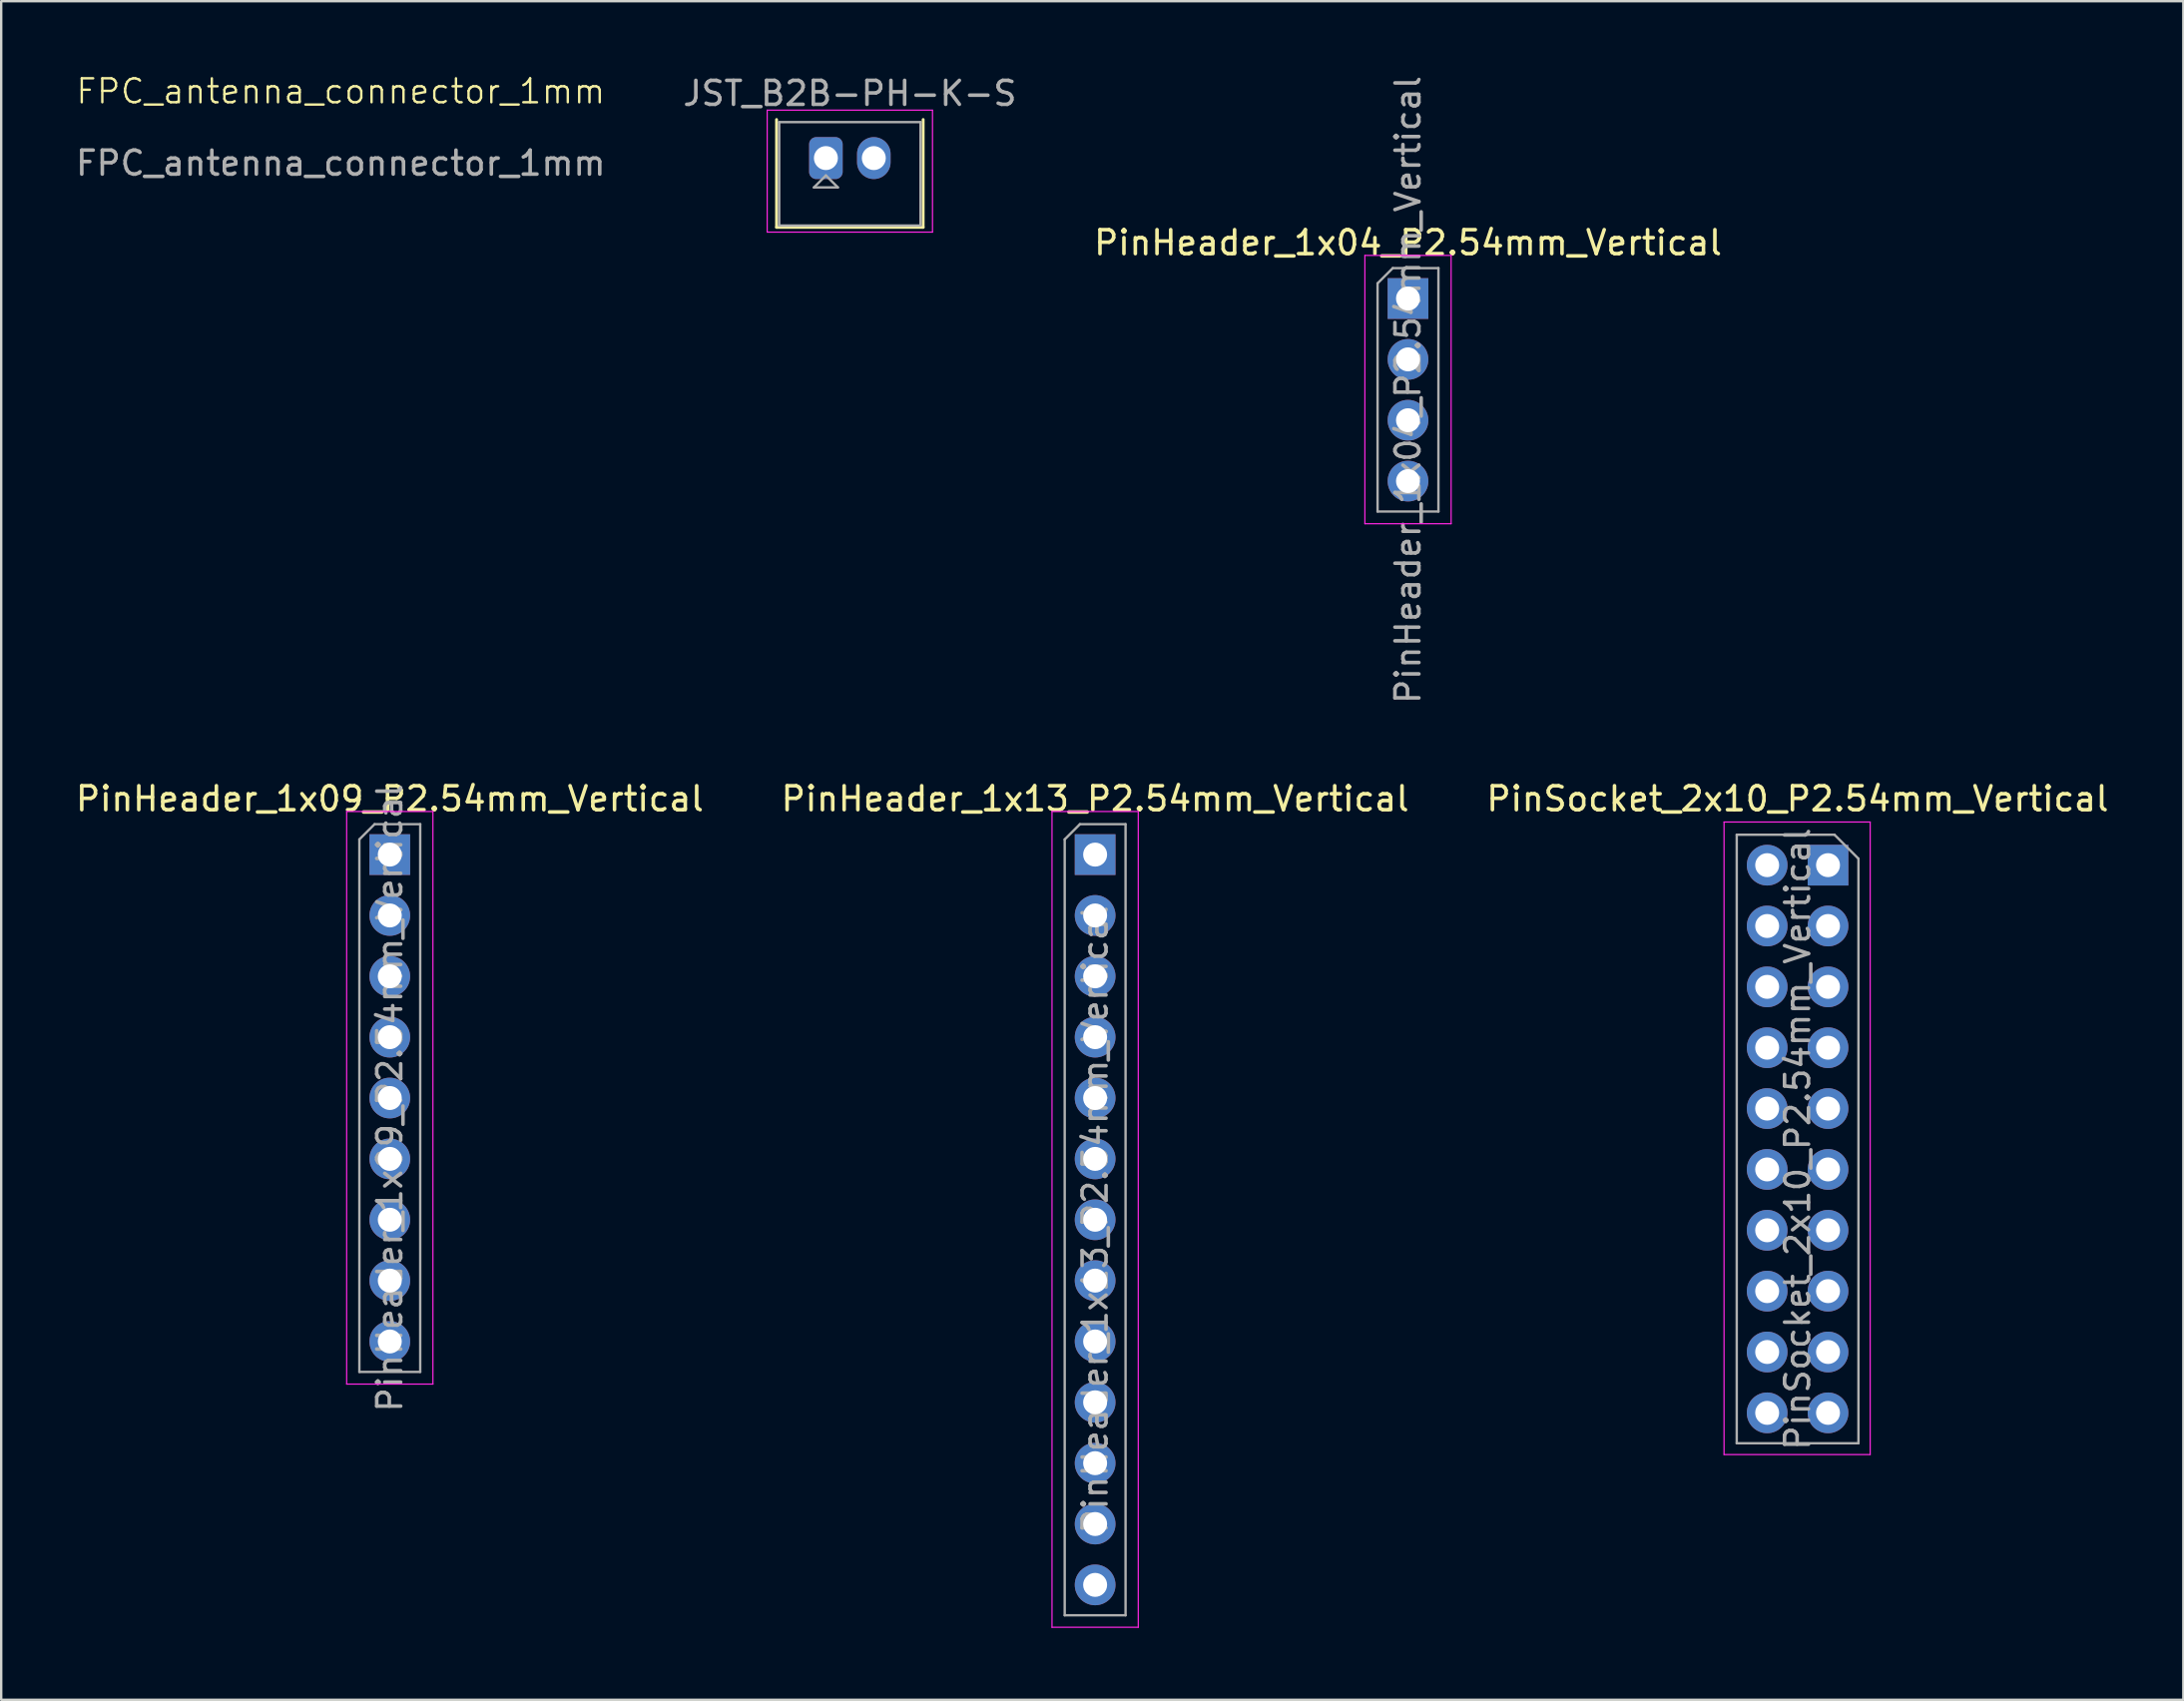
<source format=kicad_pcb>
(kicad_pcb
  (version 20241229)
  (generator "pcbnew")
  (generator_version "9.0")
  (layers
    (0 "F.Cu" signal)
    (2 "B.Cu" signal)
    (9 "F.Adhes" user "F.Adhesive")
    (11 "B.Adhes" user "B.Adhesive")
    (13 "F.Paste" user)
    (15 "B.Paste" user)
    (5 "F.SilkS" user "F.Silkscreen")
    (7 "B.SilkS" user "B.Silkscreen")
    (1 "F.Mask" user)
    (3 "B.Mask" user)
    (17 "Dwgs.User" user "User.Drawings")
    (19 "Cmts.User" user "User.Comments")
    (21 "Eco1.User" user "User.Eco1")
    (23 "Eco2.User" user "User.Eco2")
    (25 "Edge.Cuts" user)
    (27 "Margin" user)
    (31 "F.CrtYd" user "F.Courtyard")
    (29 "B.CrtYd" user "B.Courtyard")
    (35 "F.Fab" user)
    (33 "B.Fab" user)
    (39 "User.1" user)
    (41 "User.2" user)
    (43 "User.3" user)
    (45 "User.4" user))
  (footprint "PinHeader_1x04_P2.54mm_Vertical"
    (layer "F.Cu")
    (at 55.72 9.41)
    (property "Reference" "PinHeader_1x04_P2.54mm_Vertical" (at 0 -2.33 0) (layer "F.SilkS") (effects (font (size 1 1) (thickness 0.15))))
    (attr through_hole)
    (fp_line (start -1.8 -1.8) (end -1.8 9.4) (stroke (width 0.05) (type solid)) (layer "F.CrtYd"))
    (fp_line (start -1.8 9.4) (end 1.8 9.4) (stroke (width 0.05) (type solid)) (layer "F.CrtYd"))
    (fp_line (start 1.8 -1.8) (end -1.8 -1.8) (stroke (width 0.05) (type solid)) (layer "F.CrtYd"))
    (fp_line (start 1.8 9.4) (end 1.8 -1.8) (stroke (width 0.05) (type solid)) (layer "F.CrtYd"))
    (fp_line (start -1.27 -0.635) (end -0.635 -1.27) (stroke (width 0.1) (type solid)) (layer "F.Fab"))
    (fp_line (start -1.27 8.89) (end -1.27 -0.635) (stroke (width 0.1) (type solid)) (layer "F.Fab"))
    (fp_line (start -0.635 -1.27) (end 1.27 -1.27) (stroke (width 0.1) (type solid)) (layer "F.Fab"))
    (fp_line (start 1.27 -1.27) (end 1.27 8.89) (stroke (width 0.1) (type solid)) (layer "F.Fab"))
    (fp_line (start 1.27 8.89) (end -1.27 8.89) (stroke (width 0.1) (type solid)) (layer "F.Fab"))
    (fp_text user "${REFERENCE}" (at 0 3.81 90) (layer "F.Fab") (effects (font (size 1 1) (thickness 0.15))))
    (pad "1" thru_hole rect (at 0 0) (size 1.7 1.7) (drill 1) (layers "*.Cu" "*.Mask"))
    (pad "2" thru_hole oval (at 0 2.54) (size 1.7 1.7) (drill 1) (layers "*.Cu" "*.Mask"))
    (pad "3" thru_hole oval (at 0 5.08) (size 1.7 1.7) (drill 1) (layers "*.Cu" "*.Mask"))
    (pad "4" thru_hole oval (at 0 7.62) (size 1.7 1.7) (drill 1) (layers "*.Cu" "*.Mask")))
  (footprint "PinHeader_1x13_P2.54mm_Vertical"
    (layer "F.Cu")
    (at 42.661 32.619)
    (property "Reference" "PinHeader_1x13_P2.54mm_Vertical" (at 0 -2.33 0) (layer "F.SilkS") (effects (font (size 1 1) (thickness 0.15))))
    (attr through_hole)
    (fp_line (start -1.8 -1.8) (end -1.8 32.25) (stroke (width 0.05) (type solid)) (layer "F.CrtYd"))
    (fp_line (start -1.8 32.25) (end 1.8 32.25) (stroke (width 0.05) (type solid)) (layer "F.CrtYd"))
    (fp_line (start 1.8 -1.8) (end -1.8 -1.8) (stroke (width 0.05) (type solid)) (layer "F.CrtYd"))
    (fp_line (start 1.8 32.25) (end 1.8 -1.8) (stroke (width 0.05) (type solid)) (layer "F.CrtYd"))
    (fp_line (start -1.27 -0.635) (end -0.635 -1.27) (stroke (width 0.1) (type solid)) (layer "F.Fab"))
    (fp_line (start -1.27 31.75) (end -1.27 -0.635) (stroke (width 0.1) (type solid)) (layer "F.Fab"))
    (fp_line (start -0.635 -1.27) (end 1.27 -1.27) (stroke (width 0.1) (type solid)) (layer "F.Fab"))
    (fp_line (start 1.27 -1.27) (end 1.27 31.75) (stroke (width 0.1) (type solid)) (layer "F.Fab"))
    (fp_line (start 1.27 31.75) (end -1.27 31.75) (stroke (width 0.1) (type solid)) (layer "F.Fab"))
    (fp_text user "${REFERENCE}" (at 0 15.24 90) (layer "F.Fab") (effects (font (size 1 1) (thickness 0.15))))
    (pad "1" thru_hole rect (at 0 0) (size 1.7 1.7) (drill 1) (layers "*.Cu" "*.Mask"))
    (pad "2" thru_hole oval (at 0 2.54) (size 1.7 1.7) (drill 1) (layers "*.Cu" "*.Mask"))
    (pad "3" thru_hole oval (at 0 5.08) (size 1.7 1.7) (drill 1) (layers "*.Cu" "*.Mask"))
    (pad "4" thru_hole oval (at 0 7.62) (size 1.7 1.7) (drill 1) (layers "*.Cu" "*.Mask"))
    (pad "5" thru_hole oval (at 0 10.16) (size 1.7 1.7) (drill 1) (layers "*.Cu" "*.Mask"))
    (pad "6" thru_hole oval (at 0 12.7) (size 1.7 1.7) (drill 1) (layers "*.Cu" "*.Mask"))
    (pad "7" thru_hole oval (at 0 15.24) (size 1.7 1.7) (drill 1) (layers "*.Cu" "*.Mask"))
    (pad "8" thru_hole oval (at 0 17.78) (size 1.7 1.7) (drill 1) (layers "*.Cu" "*.Mask"))
    (pad "9" thru_hole oval (at 0 20.32) (size 1.7 1.7) (drill 1) (layers "*.Cu" "*.Mask"))
    (pad "10" thru_hole oval (at 0 22.86) (size 1.7 1.7) (drill 1) (layers "*.Cu" "*.Mask"))
    (pad "11" thru_hole oval (at 0 25.4) (size 1.7 1.7) (drill 1) (layers "*.Cu" "*.Mask"))
    (pad "12" thru_hole oval (at 0 27.94) (size 1.7 1.7) (drill 1) (layers "*.Cu" "*.Mask"))
    (pad "13" thru_hole oval (at 0 30.48) (size 1.7 1.7) (drill 1) (layers "*.Cu" "*.Mask")))
  (footprint "FPC_antenna_connector_1mm"
    (layer "F.Cu")
    (at 11.173 1.26)
    (property "Reference" "FPC_antenna_connector_1mm" (at 0 -0.5 0) (unlocked yes) (layer "F.SilkS") (effects (font (size 1 1) (thickness 0.1))))
    (attr smd)
    (fp_text user "${REFERENCE}" (at 0 2.5 0) (unlocked yes) (layer "F.Fab") (effects (font (size 1 1) (thickness 0.15)))))
  (footprint "JST_B2B-PH-K-S"
    (layer "F.Cu")
    (at 31.423 3.398)
    (property "Reference" "JST_B2B-PH-K-S" (at 1 -2.55 0) (layer "F.Fab") (effects (font (size 1 1) (thickness 0.15))))
    (attr through_hole)
    (fp_line (start -2.06 -1.46) (end -2.06 3.04) (stroke (width 0.12) (type solid)) (layer "F.SilkS"))
    (fp_line (start -2.06 3.04) (end 4.06 3.04) (stroke (width 0.12) (type solid)) (layer "F.SilkS"))
    (fp_line (start 4.06 3.04) (end 4.06 -1.46) (stroke (width 0.12) (type solid)) (layer "F.SilkS"))
    (fp_line (start -2.45 -1.85) (end -2.45 3.24) (stroke (width 0.05) (type solid)) (layer "F.CrtYd"))
    (fp_line (start -2.45 3.24) (end 4.45 3.24) (stroke (width 0.05) (type solid)) (layer "F.CrtYd"))
    (fp_line (start 4.45 -1.85) (end -2.45 -1.85) (stroke (width 0.05) (type solid)) (layer "F.CrtYd"))
    (fp_line (start 4.45 3.24) (end 4.45 -1.85) (stroke (width 0.05) (type solid)) (layer "F.CrtYd"))
    (fp_line (start -1.95 -1.35) (end -1.95 2.965) (stroke (width 0.1) (type solid)) (layer "F.Fab"))
    (fp_line (start -1.95 2.965) (end 3.95 2.965) (stroke (width 0.1) (type solid)) (layer "F.Fab"))
    (fp_line (start -0.5 1.375) (end 0.5 1.375) (stroke (width 0.1) (type solid)) (layer "F.Fab"))
    (fp_line (start 0 0.875) (end -0.5 1.375) (stroke (width 0.1) (type solid)) (layer "F.Fab"))
    (fp_line (start 0.5 1.375) (end 0 0.875) (stroke (width 0.1) (type solid)) (layer "F.Fab"))
    (fp_line (start 3.95 -1.35) (end -1.95 -1.35) (stroke (width 0.1) (type solid)) (layer "F.Fab"))
    (fp_line (start 3.95 2.965) (end 3.95 -1.35) (stroke (width 0.1) (type solid)) (layer "F.Fab"))
    (pad "1" thru_hole roundrect (at 0 0.15) (size 1.4 1.75) (drill 1) (layers "*.Cu" "*.Mask") (roundrect_rratio 0.208))
    (pad "2" thru_hole oval (at 2 0.15) (size 1.4 1.75) (drill 1) (layers "*.Cu" "*.Mask")))
  (footprint "PinHeader_1x09_P2.54mm_Vertical"
    (layer "F.Cu")
    (at 13.22 32.619)
    (property "Reference" "PinHeader_1x09_P2.54mm_Vertical" (at 0 -2.33 0) (layer "F.SilkS") (effects (font (size 1 1) (thickness 0.15))))
    (attr through_hole)
    (fp_line (start -1.8 -1.8) (end -1.8 22.1) (stroke (width 0.05) (type solid)) (layer "F.CrtYd"))
    (fp_line (start -1.8 22.1) (end 1.8 22.1) (stroke (width 0.05) (type solid)) (layer "F.CrtYd"))
    (fp_line (start 1.8 -1.8) (end -1.8 -1.8) (stroke (width 0.05) (type solid)) (layer "F.CrtYd"))
    (fp_line (start 1.8 22.1) (end 1.8 -1.8) (stroke (width 0.05) (type solid)) (layer "F.CrtYd"))
    (fp_line (start -1.27 -0.635) (end -0.635 -1.27) (stroke (width 0.1) (type solid)) (layer "F.Fab"))
    (fp_line (start -1.27 21.59) (end -1.27 -0.635) (stroke (width 0.1) (type solid)) (layer "F.Fab"))
    (fp_line (start -0.635 -1.27) (end 1.27 -1.27) (stroke (width 0.1) (type solid)) (layer "F.Fab"))
    (fp_line (start 1.27 -1.27) (end 1.27 21.59) (stroke (width 0.1) (type solid)) (layer "F.Fab"))
    (fp_line (start 1.27 21.59) (end -1.27 21.59) (stroke (width 0.1) (type solid)) (layer "F.Fab"))
    (fp_text user "${REFERENCE}" (at 0 10.16 90) (layer "F.Fab") (effects (font (size 1 1) (thickness 0.15))))
    (pad "1" thru_hole rect (at 0 0) (size 1.7 1.7) (drill 1) (layers "*.Cu" "*.Mask"))
    (pad "2" thru_hole oval (at 0 2.54) (size 1.7 1.7) (drill 1) (layers "*.Cu" "*.Mask"))
    (pad "3" thru_hole oval (at 0 5.08) (size 1.7 1.7) (drill 1) (layers "*.Cu" "*.Mask"))
    (pad "4" thru_hole oval (at 0 7.62) (size 1.7 1.7) (drill 1) (layers "*.Cu" "*.Mask"))
    (pad "5" thru_hole oval (at 0 10.16) (size 1.7 1.7) (drill 1) (layers "*.Cu" "*.Mask"))
    (pad "6" thru_hole oval (at 0 12.7) (size 1.7 1.7) (drill 1) (layers "*.Cu" "*.Mask"))
    (pad "7" thru_hole oval (at 0 15.24) (size 1.7 1.7) (drill 1) (layers "*.Cu" "*.Mask"))
    (pad "8" thru_hole oval (at 0 17.78) (size 1.7 1.7) (drill 1) (layers "*.Cu" "*.Mask"))
    (pad "9" thru_hole oval (at 0 20.32) (size 1.7 1.7) (drill 1) (layers "*.Cu" "*.Mask")))
  (footprint "PinSocket_2x10_P2.54mm_Vertical"
    (layer "F.Cu")
    (at 73.252 33.059)
    (property "Reference" "PinSocket_2x10_P2.54mm_Vertical" (at -1.27 -2.77 0) (layer "F.SilkS") (effects (font (size 1 1) (thickness 0.15))))
    (attr through_hole)
    (fp_line (start -4.34 -1.8) (end 1.76 -1.8) (stroke (width 0.05) (type solid)) (layer "F.CrtYd"))
    (fp_line (start -4.34 24.6) (end -4.34 -1.8) (stroke (width 0.05) (type solid)) (layer "F.CrtYd"))
    (fp_line (start 1.76 -1.8) (end 1.76 24.6) (stroke (width 0.05) (type solid)) (layer "F.CrtYd"))
    (fp_line (start 1.76 24.6) (end -4.34 24.6) (stroke (width 0.05) (type solid)) (layer "F.CrtYd"))
    (fp_line (start -3.81 -1.27) (end 0.27 -1.27) (stroke (width 0.1) (type solid)) (layer "F.Fab"))
    (fp_line (start -3.81 24.13) (end -3.81 -1.27) (stroke (width 0.1) (type solid)) (layer "F.Fab"))
    (fp_line (start 0.27 -1.27) (end 1.27 -0.27) (stroke (width 0.1) (type solid)) (layer "F.Fab"))
    (fp_line (start 1.27 -0.27) (end 1.27 24.13) (stroke (width 0.1) (type solid)) (layer "F.Fab"))
    (fp_line (start 1.27 24.13) (end -3.81 24.13) (stroke (width 0.1) (type solid)) (layer "F.Fab"))
    (fp_text user "${REFERENCE}" (at -1.27 11.43 90) (layer "F.Fab") (effects (font (size 1 1) (thickness 0.15))))
    (pad "1" thru_hole rect (at 0 0) (size 1.7 1.7) (drill 1) (layers "*.Cu" "*.Mask"))
    (pad "2" thru_hole oval (at -2.54 0) (size 1.7 1.7) (drill 1) (layers "*.Cu" "*.Mask"))
    (pad "3" thru_hole oval (at 0 2.54) (size 1.7 1.7) (drill 1) (layers "*.Cu" "*.Mask"))
    (pad "4" thru_hole oval (at -2.54 2.54) (size 1.7 1.7) (drill 1) (layers "*.Cu" "*.Mask"))
    (pad "5" thru_hole oval (at 0 5.08) (size 1.7 1.7) (drill 1) (layers "*.Cu" "*.Mask"))
    (pad "6" thru_hole oval (at -2.54 5.08) (size 1.7 1.7) (drill 1) (layers "*.Cu" "*.Mask"))
    (pad "7" thru_hole oval (at 0 7.62) (size 1.7 1.7) (drill 1) (layers "*.Cu" "*.Mask"))
    (pad "8" thru_hole oval (at -2.54 7.62) (size 1.7 1.7) (drill 1) (layers "*.Cu" "*.Mask"))
    (pad "9" thru_hole oval (at 0 10.16) (size 1.7 1.7) (drill 1) (layers "*.Cu" "*.Mask"))
    (pad "10" thru_hole oval (at -2.54 10.16) (size 1.7 1.7) (drill 1) (layers "*.Cu" "*.Mask"))
    (pad "11" thru_hole oval (at 0 12.7) (size 1.7 1.7) (drill 1) (layers "*.Cu" "*.Mask"))
    (pad "12" thru_hole oval (at -2.54 12.7) (size 1.7 1.7) (drill 1) (layers "*.Cu" "*.Mask"))
    (pad "13" thru_hole oval (at 0 15.24) (size 1.7 1.7) (drill 1) (layers "*.Cu" "*.Mask"))
    (pad "14" thru_hole oval (at -2.54 15.24) (size 1.7 1.7) (drill 1) (layers "*.Cu" "*.Mask"))
    (pad "15" thru_hole oval (at 0 17.78) (size 1.7 1.7) (drill 1) (layers "*.Cu" "*.Mask"))
    (pad "16" thru_hole oval (at -2.54 17.78) (size 1.7 1.7) (drill 1) (layers "*.Cu" "*.Mask"))
    (pad "17" thru_hole oval (at 0 20.32) (size 1.7 1.7) (drill 1) (layers "*.Cu" "*.Mask"))
    (pad "18" thru_hole oval (at -2.54 20.32) (size 1.7 1.7) (drill 1) (layers "*.Cu" "*.Mask"))
    (pad "19" thru_hole oval (at 0 22.86) (size 1.7 1.7) (drill 1) (layers "*.Cu" "*.Mask"))
    (pad "20" thru_hole oval (at -2.54 22.86) (size 1.7 1.7) (drill 1) (layers "*.Cu" "*.Mask")))
  (gr_rect
    (start -3 -3)
    (end 88.083 67.894)
    (stroke (width 0.1) (type default))
    (fill no)
    (layer "Edge.Cuts")))
</source>
